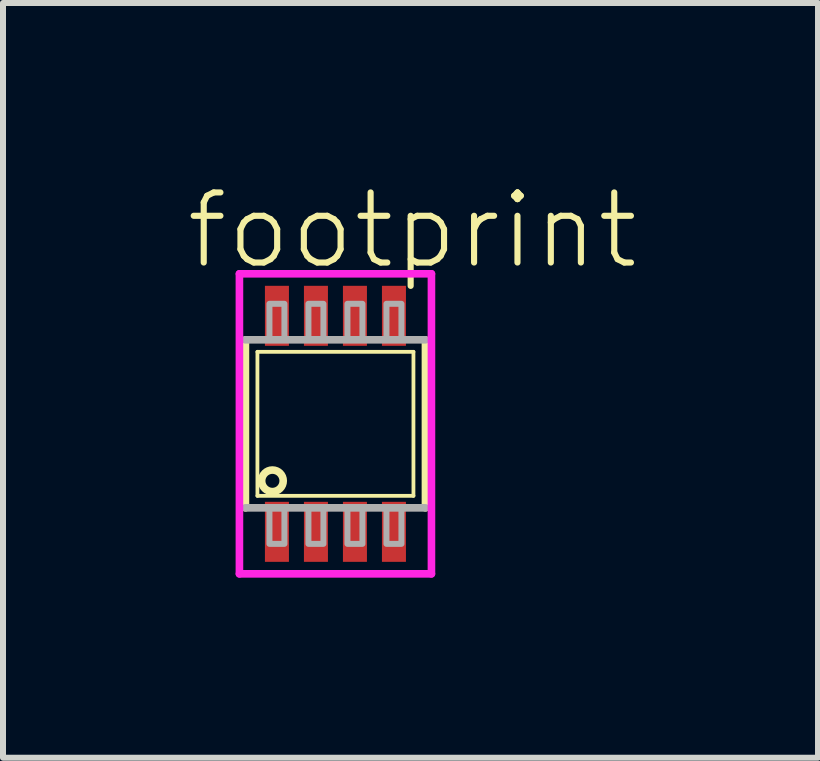
<source format=kicad_pcb>
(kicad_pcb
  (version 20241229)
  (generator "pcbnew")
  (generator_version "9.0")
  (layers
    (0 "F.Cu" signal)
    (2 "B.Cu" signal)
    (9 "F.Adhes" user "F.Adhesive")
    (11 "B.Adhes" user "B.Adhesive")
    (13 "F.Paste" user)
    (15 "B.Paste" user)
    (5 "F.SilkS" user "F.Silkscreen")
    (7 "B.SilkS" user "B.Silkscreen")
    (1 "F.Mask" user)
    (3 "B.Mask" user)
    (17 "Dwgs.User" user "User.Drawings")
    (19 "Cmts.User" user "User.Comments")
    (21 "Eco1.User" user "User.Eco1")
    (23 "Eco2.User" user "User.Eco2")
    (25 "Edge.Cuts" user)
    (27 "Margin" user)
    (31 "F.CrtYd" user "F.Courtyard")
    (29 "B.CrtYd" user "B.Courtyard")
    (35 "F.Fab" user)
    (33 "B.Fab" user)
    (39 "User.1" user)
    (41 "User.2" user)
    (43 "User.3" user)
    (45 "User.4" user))
  (footprint "footprint"
    (layer "F.Cu")
    (at 2.54 4.013)
    (property "Reference" "footprint" (at -2.54 -2.54 0) (layer "F.SilkS") (effects (font (size 1.168 1.168) (thickness 0.102)) (justify left bottom)))
    (fp_line (start -1.5 -1.4) (end -1.5 1.4) (stroke (width 0.127) (type solid)) (layer "F.SilkS"))
    (fp_line (start -1.3 -1.2) (end 1.3 -1.2) (stroke (width 0.063) (type solid)) (layer "F.SilkS"))
    (fp_line (start -1.3 1.2) (end -1.3 -1.2) (stroke (width 0.063) (type solid)) (layer "F.SilkS"))
    (fp_line (start 1.3 -1.2) (end 1.3 1.2) (stroke (width 0.063) (type solid)) (layer "F.SilkS"))
    (fp_line (start 1.3 1.2) (end -1.3 1.2) (stroke (width 0.063) (type solid)) (layer "F.SilkS"))
    (fp_line (start 1.5 1.4) (end 1.5 -1.4) (stroke (width 0.127) (type solid)) (layer "F.SilkS"))
    (fp_circle (center -1.05 0.95) (end -0.87 0.95) (stroke (width 0.127) (type solid)) (fill no) (layer "F.SilkS"))
    (fp_line (start -1.6 -2.5) (end 1.6 -2.5) (stroke (width 0.127) (type solid)) (layer "F.CrtYd"))
    (fp_line (start -1.6 2.5) (end -1.6 -2.5) (stroke (width 0.127) (type solid)) (layer "F.CrtYd"))
    (fp_line (start 1.6 -2.5) (end 1.6 2.5) (stroke (width 0.127) (type solid)) (layer "F.CrtYd"))
    (fp_line (start 1.6 2.5) (end -1.6 2.5) (stroke (width 0.127) (type solid)) (layer "F.CrtYd"))
    (fp_line (start -1.5 1.4) (end 1.5 1.4) (stroke (width 0.127) (type solid)) (layer "F.Fab"))
    (fp_line (start 1.5 -1.4) (end -1.5 -1.4) (stroke (width 0.127) (type solid)) (layer "F.Fab"))
    (fp_poly (pts (xy -1.1 -1.4) (xy -0.85 -1.4) (xy -0.85 -2) (xy -1.1 -2)) (stroke (width 0.1) (type solid)) (fill no) (layer "F.Fab"))
    (fp_poly (pts (xy -1.1 2) (xy -0.85 2) (xy -0.85 1.4) (xy -1.1 1.4)) (stroke (width 0.1) (type solid)) (fill no) (layer "F.Fab"))
    (fp_poly (pts (xy -0.45 -1.4) (xy -0.2 -1.4) (xy -0.2 -2) (xy -0.45 -2)) (stroke (width 0.1) (type solid)) (fill no) (layer "F.Fab"))
    (fp_poly (pts (xy -0.45 2) (xy -0.2 2) (xy -0.2 1.4) (xy -0.45 1.4)) (stroke (width 0.1) (type solid)) (fill no) (layer "F.Fab"))
    (fp_poly (pts (xy 0.2 -1.4) (xy 0.45 -1.4) (xy 0.45 -2) (xy 0.2 -2)) (stroke (width 0.1) (type solid)) (fill no) (layer "F.Fab"))
    (fp_poly (pts (xy 0.2 2) (xy 0.45 2) (xy 0.45 1.4) (xy 0.2 1.4)) (stroke (width 0.1) (type solid)) (fill no) (layer "F.Fab"))
    (fp_poly (pts (xy 0.85 -1.4) (xy 1.1 -1.4) (xy 1.1 -2) (xy 0.85 -2)) (stroke (width 0.1) (type solid)) (fill no) (layer "F.Fab"))
    (fp_poly (pts (xy 0.85 2) (xy 1.1 2) (xy 1.1 1.4) (xy 0.85 1.4)) (stroke (width 0.1) (type solid)) (fill no) (layer "F.Fab"))
    (pad "1" smd rect (at -0.975 1.8) (size 0.4 1) (layers "F.Cu" "F.Mask" "F.Paste"))
    (pad "2" smd rect (at -0.325 1.8) (size 0.4 1) (layers "F.Cu" "F.Mask" "F.Paste"))
    (pad "3" smd rect (at 0.325 1.8) (size 0.4 1) (layers "F.Cu" "F.Mask" "F.Paste"))
    (pad "4" smd rect (at 0.975 1.8) (size 0.4 1) (layers "F.Cu" "F.Mask" "F.Paste"))
    (pad "5" smd rect (at 0.975 -1.8) (size 0.4 1) (layers "F.Cu" "F.Mask" "F.Paste"))
    (pad "6" smd rect (at 0.325 -1.8) (size 0.4 1) (layers "F.Cu" "F.Mask" "F.Paste"))
    (pad "7" smd rect (at -0.325 -1.8) (size 0.4 1) (layers "F.Cu" "F.Mask" "F.Paste"))
    (pad "8" smd rect (at -0.975 -1.8) (size 0.4 1) (layers "F.Cu" "F.Mask" "F.Paste")))
  (gr_rect
    (start -3 -3)
    (end 10.582 9.577)
    (stroke (width 0.1) (type default))
    (fill no)
    (layer "Edge.Cuts")))
</source>
